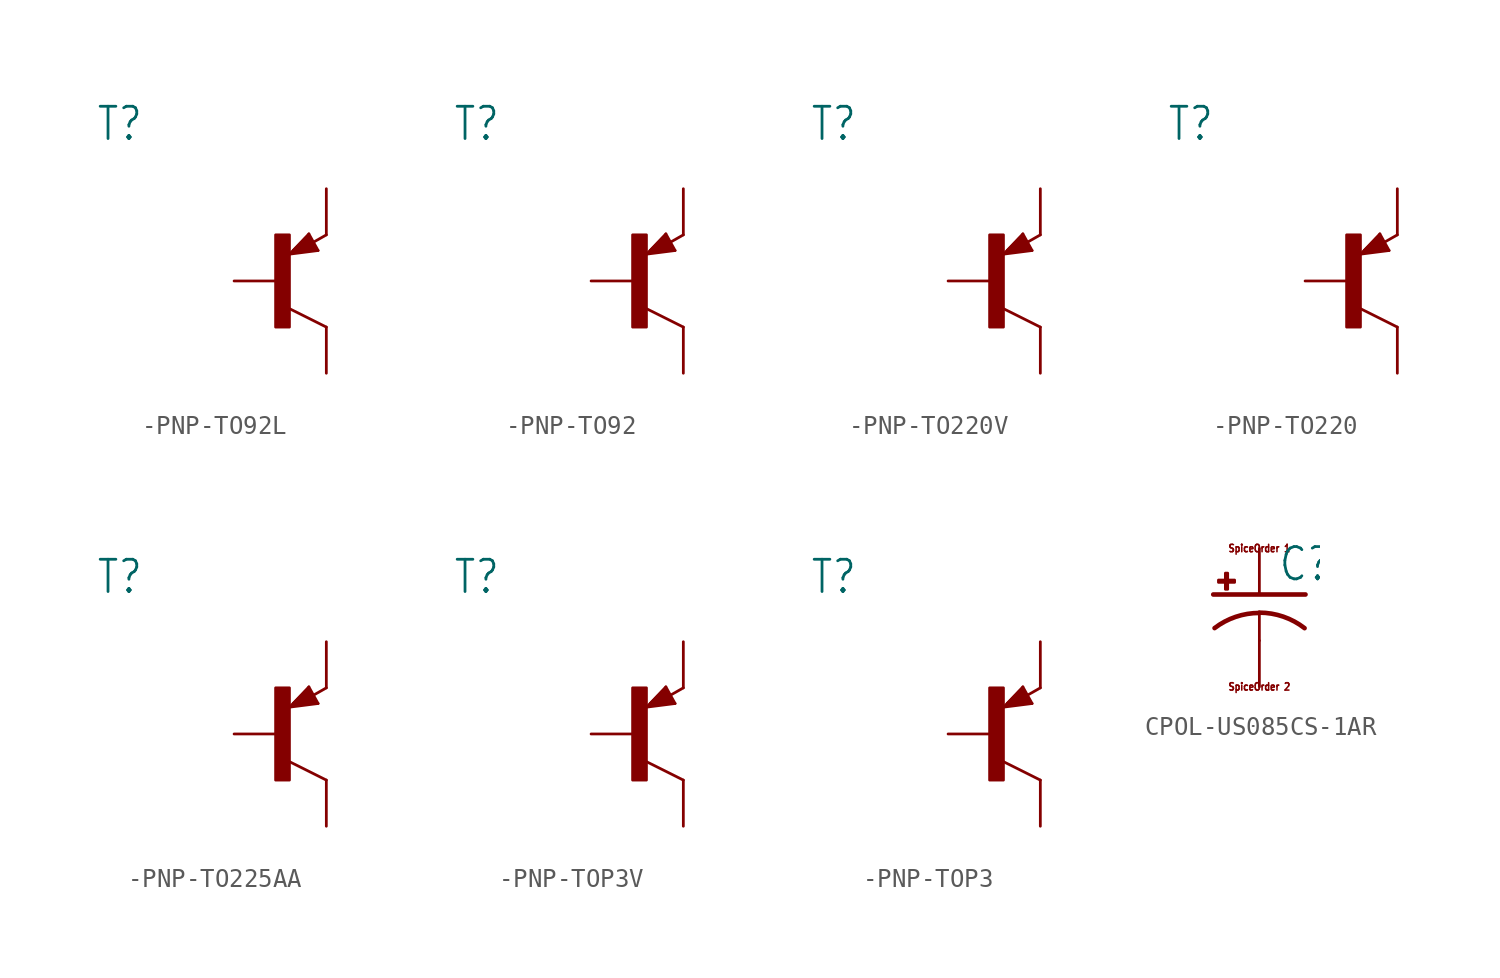
<source format=kicad_sym>
(kicad_symbol_lib
  (version 20231120)
  (generator "kicad_symbol_editor")
  (generator_version "8.0")
  (symbol "-PNP-TO92L"
    (property "Reference" "T"
      (at -10.16 7.62 0)
      (effects (font (size 1.778 1.511)) (justify left bottom)))
    (property "Value" ""
      (at -10.16 5.08 0)
      (effects (font (size 1.778 1.511)) (justify left bottom)))
    (property "ki_locked" ""
      (at 0 0 0)
      (effects (font (size 1.27 1.27))))
    (symbol "-PNP-TO92L_1_0"
      (rectangle (start -0.254 -2.54) (end 0.508 2.54) (stroke (width 0) (type default)) (fill (type outline)))
      (polyline (pts (xy 0.516 1.478) (xy 2.086 1.678)) (stroke (width 0.152) (type solid)) (fill (type none)))
      (polyline (pts (xy 0.762 1.651) (xy 1.778 1.778)) (stroke (width 0.254) (type solid)) (fill (type none)))
      (polyline (pts (xy 1.143 1.905) (xy 1.524 1.905)) (stroke (width 0.254) (type solid)) (fill (type none)))
      (polyline (pts (xy 1.524 2.159) (xy 1.143 1.905)) (stroke (width 0.254) (type solid)) (fill (type none)))
      (polyline (pts (xy 1.524 2.413) (xy 0.762 1.651)) (stroke (width 0.254) (type solid)) (fill (type none)))
      (polyline (pts (xy 1.578 2.594) (xy 0.516 1.478)) (stroke (width 0.152) (type solid)) (fill (type none)))
      (polyline (pts (xy 1.778 1.778) (xy 1.524 2.159)) (stroke (width 0.254) (type solid)) (fill (type none)))
      (polyline (pts (xy 1.905 1.778) (xy 1.524 2.413)) (stroke (width 0.254) (type solid)) (fill (type none)))
      (polyline (pts (xy 2.086 1.678) (xy 1.578 2.594)) (stroke (width 0.152) (type solid)) (fill (type none)))
      (polyline (pts (xy 2.54 -2.54) (xy 0.508 -1.524)) (stroke (width 0.152) (type solid)) (fill (type none)))
      (polyline (pts (xy 2.54 2.54) (xy 1.808 2.124)) (stroke (width 0.152) (type solid)) (fill (type none)))
      (pin passive line (at 2.54 5.08 270) (length 2.54) (name "E" (effects (font (size 0 0)))) (number "1" (effects (font (size 0 0)))))
      (pin passive line (at -2.54 0 0) (length 2.54) (name "B" (effects (font (size 0 0)))) (number "2" (effects (font (size 0 0)))))
      (pin passive line (at 2.54 -5.08 90) (length 2.54) (name "C" (effects (font (size 0 0)))) (number "3" (effects (font (size 0 0)))))))
  (symbol "-PNP-TO92"
    (property "Reference" "T"
      (at -10.16 7.62 0)
      (effects (font (size 1.778 1.511)) (justify left bottom)))
    (property "Value" ""
      (at -10.16 5.08 0)
      (effects (font (size 1.778 1.511)) (justify left bottom)))
    (property "ki_locked" ""
      (at 0 0 0)
      (effects (font (size 1.27 1.27))))
    (symbol "-PNP-TO92_1_0"
      (rectangle (start -0.254 -2.54) (end 0.508 2.54) (stroke (width 0) (type default)) (fill (type outline)))
      (polyline (pts (xy 0.516 1.478) (xy 2.086 1.678)) (stroke (width 0.152) (type solid)) (fill (type none)))
      (polyline (pts (xy 0.762 1.651) (xy 1.778 1.778)) (stroke (width 0.254) (type solid)) (fill (type none)))
      (polyline (pts (xy 1.143 1.905) (xy 1.524 1.905)) (stroke (width 0.254) (type solid)) (fill (type none)))
      (polyline (pts (xy 1.524 2.159) (xy 1.143 1.905)) (stroke (width 0.254) (type solid)) (fill (type none)))
      (polyline (pts (xy 1.524 2.413) (xy 0.762 1.651)) (stroke (width 0.254) (type solid)) (fill (type none)))
      (polyline (pts (xy 1.578 2.594) (xy 0.516 1.478)) (stroke (width 0.152) (type solid)) (fill (type none)))
      (polyline (pts (xy 1.778 1.778) (xy 1.524 2.159)) (stroke (width 0.254) (type solid)) (fill (type none)))
      (polyline (pts (xy 1.905 1.778) (xy 1.524 2.413)) (stroke (width 0.254) (type solid)) (fill (type none)))
      (polyline (pts (xy 2.086 1.678) (xy 1.578 2.594)) (stroke (width 0.152) (type solid)) (fill (type none)))
      (polyline (pts (xy 2.54 -2.54) (xy 0.508 -1.524)) (stroke (width 0.152) (type solid)) (fill (type none)))
      (polyline (pts (xy 2.54 2.54) (xy 1.808 2.124)) (stroke (width 0.152) (type solid)) (fill (type none)))
      (pin passive line (at 2.54 5.08 270) (length 2.54) (name "E" (effects (font (size 0 0)))) (number "1" (effects (font (size 0 0)))))
      (pin passive line (at -2.54 0 0) (length 2.54) (name "B" (effects (font (size 0 0)))) (number "2" (effects (font (size 0 0)))))
      (pin passive line (at 2.54 -5.08 90) (length 2.54) (name "C" (effects (font (size 0 0)))) (number "3" (effects (font (size 0 0)))))))
  (symbol "-PNP-TO220V"
    (property "Reference" "T"
      (at -10.16 7.62 0)
      (effects (font (size 1.778 1.511)) (justify left bottom)))
    (property "Value" ""
      (at -10.16 5.08 0)
      (effects (font (size 1.778 1.511)) (justify left bottom)))
    (property "ki_locked" ""
      (at 0 0 0)
      (effects (font (size 1.27 1.27))))
    (symbol "-PNP-TO220V_1_0"
      (rectangle (start -0.254 -2.54) (end 0.508 2.54) (stroke (width 0) (type default)) (fill (type outline)))
      (polyline (pts (xy 0.516 1.478) (xy 2.086 1.678)) (stroke (width 0.152) (type solid)) (fill (type none)))
      (polyline (pts (xy 0.762 1.651) (xy 1.778 1.778)) (stroke (width 0.254) (type solid)) (fill (type none)))
      (polyline (pts (xy 1.143 1.905) (xy 1.524 1.905)) (stroke (width 0.254) (type solid)) (fill (type none)))
      (polyline (pts (xy 1.524 2.159) (xy 1.143 1.905)) (stroke (width 0.254) (type solid)) (fill (type none)))
      (polyline (pts (xy 1.524 2.413) (xy 0.762 1.651)) (stroke (width 0.254) (type solid)) (fill (type none)))
      (polyline (pts (xy 1.578 2.594) (xy 0.516 1.478)) (stroke (width 0.152) (type solid)) (fill (type none)))
      (polyline (pts (xy 1.778 1.778) (xy 1.524 2.159)) (stroke (width 0.254) (type solid)) (fill (type none)))
      (polyline (pts (xy 1.905 1.778) (xy 1.524 2.413)) (stroke (width 0.254) (type solid)) (fill (type none)))
      (polyline (pts (xy 2.086 1.678) (xy 1.578 2.594)) (stroke (width 0.152) (type solid)) (fill (type none)))
      (polyline (pts (xy 2.54 -2.54) (xy 0.508 -1.524)) (stroke (width 0.152) (type solid)) (fill (type none)))
      (polyline (pts (xy 2.54 2.54) (xy 1.808 2.124)) (stroke (width 0.152) (type solid)) (fill (type none)))
      (pin passive line (at -2.54 0 0) (length 2.54) (name "B" (effects (font (size 0 0)))) (number "1" (effects (font (size 0 0)))))
      (pin passive line (at 2.54 -5.08 90) (length 2.54) (name "C" (effects (font (size 0 0)))) (number "2" (effects (font (size 0 0)))))
      (pin passive line (at 2.54 5.08 270) (length 2.54) (name "E" (effects (font (size 0 0)))) (number "3" (effects (font (size 0 0)))))))
  (symbol "-PNP-TO220"
    (property "Reference" "T"
      (at -10.16 7.62 0)
      (effects (font (size 1.778 1.511)) (justify left bottom)))
    (property "Value" ""
      (at -10.16 5.08 0)
      (effects (font (size 1.778 1.511)) (justify left bottom)))
    (property "ki_locked" ""
      (at 0 0 0)
      (effects (font (size 1.27 1.27))))
    (symbol "-PNP-TO220_1_0"
      (rectangle (start -0.254 -2.54) (end 0.508 2.54) (stroke (width 0) (type default)) (fill (type outline)))
      (polyline (pts (xy 0.516 1.478) (xy 2.086 1.678)) (stroke (width 0.152) (type solid)) (fill (type none)))
      (polyline (pts (xy 0.762 1.651) (xy 1.778 1.778)) (stroke (width 0.254) (type solid)) (fill (type none)))
      (polyline (pts (xy 1.143 1.905) (xy 1.524 1.905)) (stroke (width 0.254) (type solid)) (fill (type none)))
      (polyline (pts (xy 1.524 2.159) (xy 1.143 1.905)) (stroke (width 0.254) (type solid)) (fill (type none)))
      (polyline (pts (xy 1.524 2.413) (xy 0.762 1.651)) (stroke (width 0.254) (type solid)) (fill (type none)))
      (polyline (pts (xy 1.578 2.594) (xy 0.516 1.478)) (stroke (width 0.152) (type solid)) (fill (type none)))
      (polyline (pts (xy 1.778 1.778) (xy 1.524 2.159)) (stroke (width 0.254) (type solid)) (fill (type none)))
      (polyline (pts (xy 1.905 1.778) (xy 1.524 2.413)) (stroke (width 0.254) (type solid)) (fill (type none)))
      (polyline (pts (xy 2.086 1.678) (xy 1.578 2.594)) (stroke (width 0.152) (type solid)) (fill (type none)))
      (polyline (pts (xy 2.54 -2.54) (xy 0.508 -1.524)) (stroke (width 0.152) (type solid)) (fill (type none)))
      (polyline (pts (xy 2.54 2.54) (xy 1.808 2.124)) (stroke (width 0.152) (type solid)) (fill (type none)))
      (pin passive line (at -2.54 0 0) (length 2.54) (name "B" (effects (font (size 0 0)))) (number "1" (effects (font (size 0 0)))))
      (pin passive line (at 2.54 -5.08 90) (length 2.54) (name "C" (effects (font (size 0 0)))) (number "2" (effects (font (size 0 0)))))
      (pin passive line (at 2.54 5.08 270) (length 2.54) (name "E" (effects (font (size 0 0)))) (number "3" (effects (font (size 0 0)))))))
  (symbol "-PNP-TO225AA"
    (property "Reference" "T"
      (at -10.16 7.62 0)
      (effects (font (size 1.778 1.511)) (justify left bottom)))
    (property "Value" ""
      (at -10.16 5.08 0)
      (effects (font (size 1.778 1.511)) (justify left bottom)))
    (property "ki_locked" ""
      (at 0 0 0)
      (effects (font (size 1.27 1.27))))
    (symbol "-PNP-TO225AA_1_0"
      (rectangle (start -0.254 -2.54) (end 0.508 2.54) (stroke (width 0) (type default)) (fill (type outline)))
      (polyline (pts (xy 0.516 1.478) (xy 2.086 1.678)) (stroke (width 0.152) (type solid)) (fill (type none)))
      (polyline (pts (xy 0.762 1.651) (xy 1.778 1.778)) (stroke (width 0.254) (type solid)) (fill (type none)))
      (polyline (pts (xy 1.143 1.905) (xy 1.524 1.905)) (stroke (width 0.254) (type solid)) (fill (type none)))
      (polyline (pts (xy 1.524 2.159) (xy 1.143 1.905)) (stroke (width 0.254) (type solid)) (fill (type none)))
      (polyline (pts (xy 1.524 2.413) (xy 0.762 1.651)) (stroke (width 0.254) (type solid)) (fill (type none)))
      (polyline (pts (xy 1.578 2.594) (xy 0.516 1.478)) (stroke (width 0.152) (type solid)) (fill (type none)))
      (polyline (pts (xy 1.778 1.778) (xy 1.524 2.159)) (stroke (width 0.254) (type solid)) (fill (type none)))
      (polyline (pts (xy 1.905 1.778) (xy 1.524 2.413)) (stroke (width 0.254) (type solid)) (fill (type none)))
      (polyline (pts (xy 2.086 1.678) (xy 1.578 2.594)) (stroke (width 0.152) (type solid)) (fill (type none)))
      (polyline (pts (xy 2.54 -2.54) (xy 0.508 -1.524)) (stroke (width 0.152) (type solid)) (fill (type none)))
      (polyline (pts (xy 2.54 2.54) (xy 1.808 2.124)) (stroke (width 0.152) (type solid)) (fill (type none)))
      (pin passive line (at -2.54 0 0) (length 2.54) (name "B" (effects (font (size 0 0)))) (number "1" (effects (font (size 0 0)))))
      (pin passive line (at 2.54 -5.08 90) (length 2.54) (name "C" (effects (font (size 0 0)))) (number "2" (effects (font (size 0 0)))))
      (pin passive line (at 2.54 5.08 270) (length 2.54) (name "E" (effects (font (size 0 0)))) (number "3" (effects (font (size 0 0)))))))
  (symbol "-PNP-TOP3V"
    (property "Reference" "T"
      (at -10.16 7.62 0)
      (effects (font (size 1.778 1.511)) (justify left bottom)))
    (property "Value" ""
      (at -10.16 5.08 0)
      (effects (font (size 1.778 1.511)) (justify left bottom)))
    (property "ki_locked" ""
      (at 0 0 0)
      (effects (font (size 1.27 1.27))))
    (symbol "-PNP-TOP3V_1_0"
      (rectangle (start -0.254 -2.54) (end 0.508 2.54) (stroke (width 0) (type default)) (fill (type outline)))
      (polyline (pts (xy 0.516 1.478) (xy 2.086 1.678)) (stroke (width 0.152) (type solid)) (fill (type none)))
      (polyline (pts (xy 0.762 1.651) (xy 1.778 1.778)) (stroke (width 0.254) (type solid)) (fill (type none)))
      (polyline (pts (xy 1.143 1.905) (xy 1.524 1.905)) (stroke (width 0.254) (type solid)) (fill (type none)))
      (polyline (pts (xy 1.524 2.159) (xy 1.143 1.905)) (stroke (width 0.254) (type solid)) (fill (type none)))
      (polyline (pts (xy 1.524 2.413) (xy 0.762 1.651)) (stroke (width 0.254) (type solid)) (fill (type none)))
      (polyline (pts (xy 1.578 2.594) (xy 0.516 1.478)) (stroke (width 0.152) (type solid)) (fill (type none)))
      (polyline (pts (xy 1.778 1.778) (xy 1.524 2.159)) (stroke (width 0.254) (type solid)) (fill (type none)))
      (polyline (pts (xy 1.905 1.778) (xy 1.524 2.413)) (stroke (width 0.254) (type solid)) (fill (type none)))
      (polyline (pts (xy 2.086 1.678) (xy 1.578 2.594)) (stroke (width 0.152) (type solid)) (fill (type none)))
      (polyline (pts (xy 2.54 -2.54) (xy 0.508 -1.524)) (stroke (width 0.152) (type solid)) (fill (type none)))
      (polyline (pts (xy 2.54 2.54) (xy 1.808 2.124)) (stroke (width 0.152) (type solid)) (fill (type none)))
      (pin passive line (at -2.54 0 0) (length 2.54) (name "B" (effects (font (size 0 0)))) (number "B" (effects (font (size 0 0)))))
      (pin passive line (at 2.54 -5.08 90) (length 2.54) (name "C" (effects (font (size 0 0)))) (number "C" (effects (font (size 0 0)))))
      (pin passive line (at 2.54 5.08 270) (length 2.54) (name "E" (effects (font (size 0 0)))) (number "E" (effects (font (size 0 0)))))))
  (symbol "-PNP-TOP3"
    (property "Reference" "T"
      (at -10.16 7.62 0)
      (effects (font (size 1.778 1.511)) (justify left bottom)))
    (property "Value" ""
      (at -10.16 5.08 0)
      (effects (font (size 1.778 1.511)) (justify left bottom)))
    (property "ki_locked" ""
      (at 0 0 0)
      (effects (font (size 1.27 1.27))))
    (symbol "-PNP-TOP3_1_0"
      (rectangle (start -0.254 -2.54) (end 0.508 2.54) (stroke (width 0) (type default)) (fill (type outline)))
      (polyline (pts (xy 0.516 1.478) (xy 2.086 1.678)) (stroke (width 0.152) (type solid)) (fill (type none)))
      (polyline (pts (xy 0.762 1.651) (xy 1.778 1.778)) (stroke (width 0.254) (type solid)) (fill (type none)))
      (polyline (pts (xy 1.143 1.905) (xy 1.524 1.905)) (stroke (width 0.254) (type solid)) (fill (type none)))
      (polyline (pts (xy 1.524 2.159) (xy 1.143 1.905)) (stroke (width 0.254) (type solid)) (fill (type none)))
      (polyline (pts (xy 1.524 2.413) (xy 0.762 1.651)) (stroke (width 0.254) (type solid)) (fill (type none)))
      (polyline (pts (xy 1.578 2.594) (xy 0.516 1.478)) (stroke (width 0.152) (type solid)) (fill (type none)))
      (polyline (pts (xy 1.778 1.778) (xy 1.524 2.159)) (stroke (width 0.254) (type solid)) (fill (type none)))
      (polyline (pts (xy 1.905 1.778) (xy 1.524 2.413)) (stroke (width 0.254) (type solid)) (fill (type none)))
      (polyline (pts (xy 2.086 1.678) (xy 1.578 2.594)) (stroke (width 0.152) (type solid)) (fill (type none)))
      (polyline (pts (xy 2.54 -2.54) (xy 0.508 -1.524)) (stroke (width 0.152) (type solid)) (fill (type none)))
      (polyline (pts (xy 2.54 2.54) (xy 1.808 2.124)) (stroke (width 0.152) (type solid)) (fill (type none)))
      (pin passive line (at -2.54 0 0) (length 2.54) (name "B" (effects (font (size 0 0)))) (number "1" (effects (font (size 0 0)))))
      (pin passive line (at 2.54 -5.08 90) (length 2.54) (name "C" (effects (font (size 0 0)))) (number "2" (effects (font (size 0 0)))))
      (pin passive line (at 2.54 5.08 270) (length 2.54) (name "E" (effects (font (size 0 0)))) (number "3" (effects (font (size 0 0)))))))
  (symbol "CPOL-US085CS-1AR"
    (property "Reference" "C"
      (at 1.016 0.635 0)
      (effects (font (size 1.778 1.511)) (justify left bottom)))
    (property "Value" ""
      (at 1.016 -4.191 0)
      (effects (font (size 1.778 1.511)) (justify left bottom)))
    (property "ki_locked" ""
      (at 0 0 0)
      (effects (font (size 1.27 1.27))))
    (symbol "CPOL-US085CS-1AR_1_0"
      (rectangle (start -2.253 0.668) (end -1.364 0.795) (stroke (width 0) (type default)) (fill (type outline)))
      (rectangle (start -1.872 0.287) (end -1.745 1.176) (stroke (width 0) (type default)) (fill (type outline)))
      (arc (start 0 -1.0161) (mid -1.3021 -1.2303) (end -2.4669 -1.8504) (stroke (width 0.254) (type solid)) (fill (type none)))
      (polyline (pts (xy -2.54 0) (xy 2.54 0)) (stroke (width 0.254) (type solid)) (fill (type none)))
      (polyline (pts (xy 0 -1.016) (xy 0 -2.54)) (stroke (width 0.152) (type solid)) (fill (type none)))
      (arc (start 2.4892 -1.8541) (mid 1.3158 -1.2194) (end 0 -1) (stroke (width 0.254) (type solid)) (fill (type none)))
      (text "SpiceOrder 1" (at 0 2.54 0) (effects (font (size 0.406 0.345))))
      (text "SpiceOrder 2" (at 0 -5.08 0) (effects (font (size 0.406 0.345))))
      (pin passive line (at 0 2.54 270) (length 2.54) (name "+" (effects (font (size 0 0)))) (number "+" (effects (font (size 0 0)))))
      (pin passive line (at 0 -5.08 90) (length 2.54) (name "-" (effects (font (size 0 0)))) (number "-" (effects (font (size 0 0))))))))
</source>
